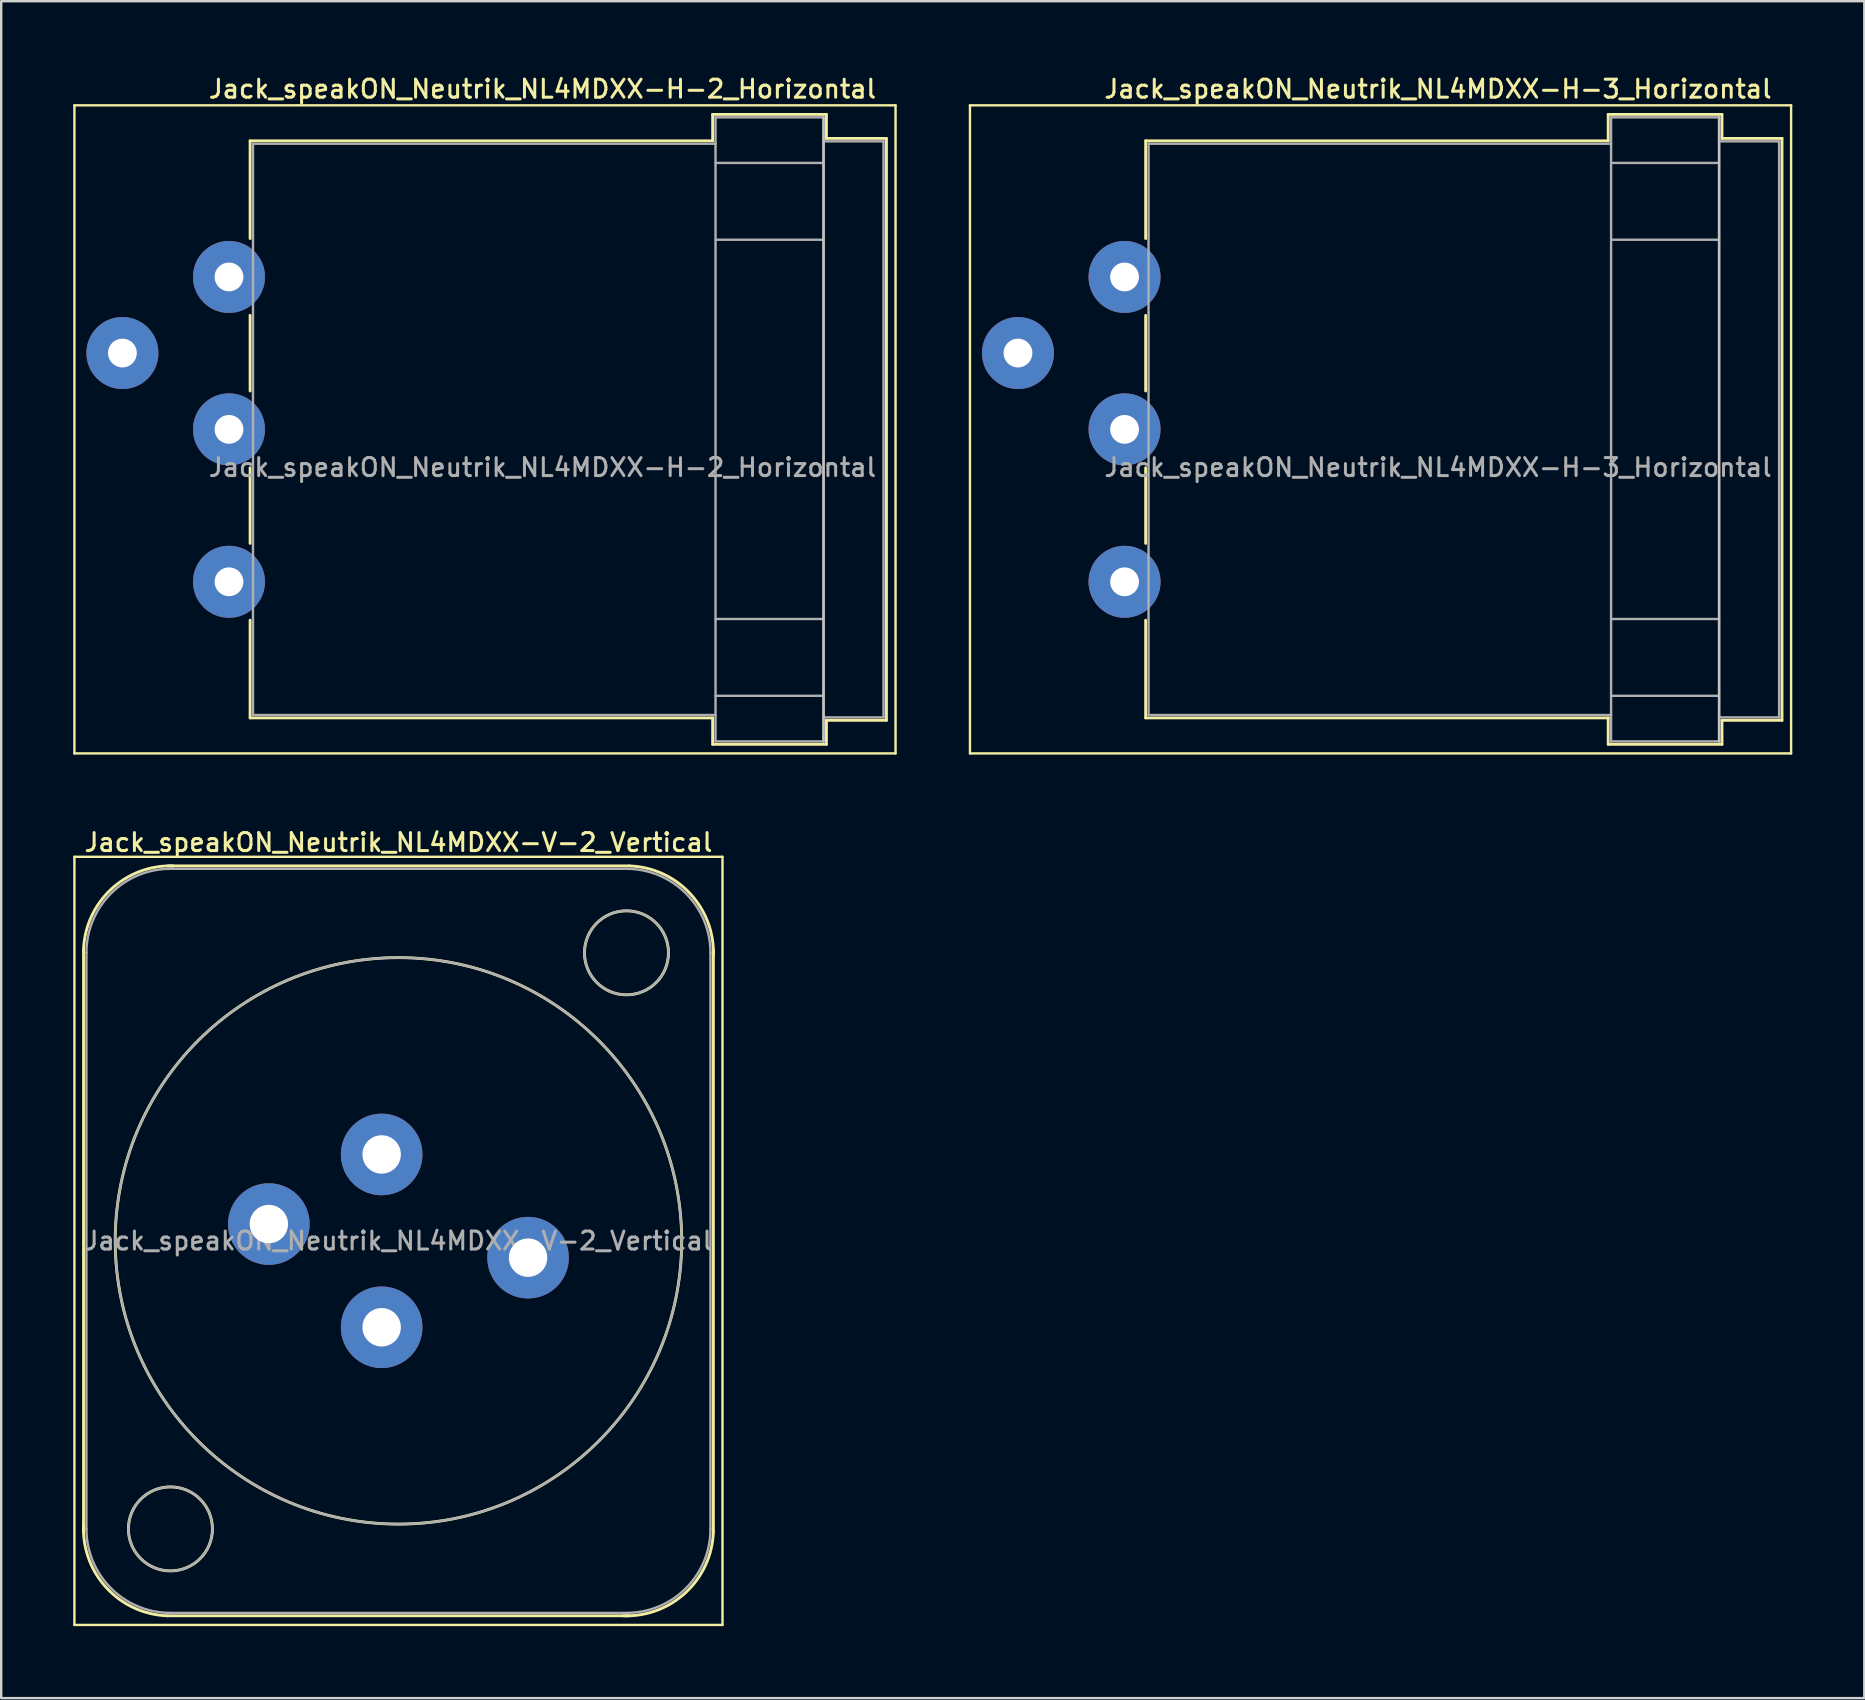
<source format=kicad_pcb>
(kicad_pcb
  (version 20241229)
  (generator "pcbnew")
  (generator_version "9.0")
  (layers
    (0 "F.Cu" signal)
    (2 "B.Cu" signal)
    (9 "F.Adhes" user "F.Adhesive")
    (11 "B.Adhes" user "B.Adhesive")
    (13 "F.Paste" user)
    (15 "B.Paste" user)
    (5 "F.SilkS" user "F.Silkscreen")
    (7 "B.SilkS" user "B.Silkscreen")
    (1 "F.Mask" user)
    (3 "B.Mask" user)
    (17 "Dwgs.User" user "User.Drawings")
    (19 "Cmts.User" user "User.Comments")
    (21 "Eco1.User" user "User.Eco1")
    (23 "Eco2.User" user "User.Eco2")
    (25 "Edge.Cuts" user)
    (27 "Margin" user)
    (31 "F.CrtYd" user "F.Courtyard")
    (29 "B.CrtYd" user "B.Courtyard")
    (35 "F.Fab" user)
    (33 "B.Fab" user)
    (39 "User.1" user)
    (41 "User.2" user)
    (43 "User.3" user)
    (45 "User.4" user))
  (footprint "Jack_speakON_Neutrik_NL4MDXX-H-2_Horizontal"
    (layer "F.Cu")
    (at 2.05 11.658)
    (property "Reference" "Jack_speakON_Neutrik_NL4MDXX-H-2_Horizontal" (at 17.5 -11 0) (layer "F.SilkS") (effects (font (size 0.75 0.75) (thickness 0.125))))
    (attr through_hole)
    (fp_line (start -2 16.68) (end -2 -10.32) (stroke (width 0.1) (type solid)) (layer "F.SilkS"))
    (fp_line (start -2 16.68) (end 32.21 16.68) (stroke (width 0.1) (type solid)) (layer "F.SilkS"))
    (fp_line (start 5.32 -8.84) (end 24.59 -8.84) (stroke (width 0.12) (type solid)) (layer "F.SilkS"))
    (fp_line (start 5.32 -4.77) (end 5.32 -8.84) (stroke (width 0.12) (type solid)) (layer "F.SilkS"))
    (fp_line (start 5.32 1.58) (end 5.32 -1.57) (stroke (width 0.12) (type solid)) (layer "F.SilkS"))
    (fp_line (start 5.32 7.93) (end 5.32 4.78) (stroke (width 0.12) (type solid)) (layer "F.SilkS"))
    (fp_line (start 5.32 15.2) (end 5.32 11.13) (stroke (width 0.12) (type solid)) (layer "F.SilkS"))
    (fp_line (start 5.32 15.2) (end 24.59 15.2) (stroke (width 0.12) (type solid)) (layer "F.SilkS"))
    (fp_line (start 24.59 -9.94) (end 24.59 -8.84) (stroke (width 0.12) (type solid)) (layer "F.SilkS"))
    (fp_line (start 24.59 -9.94) (end 29.33 -9.94) (stroke (width 0.12) (type solid)) (layer "F.SilkS"))
    (fp_line (start 24.59 16.3) (end 24.59 15.2) (stroke (width 0.12) (type solid)) (layer "F.SilkS"))
    (fp_line (start 24.59 16.3) (end 29.33 16.3) (stroke (width 0.12) (type solid)) (layer "F.SilkS"))
    (fp_line (start 29.33 -9.94) (end 29.33 -8.94) (stroke (width 0.12) (type solid)) (layer "F.SilkS"))
    (fp_line (start 29.33 16.3) (end 29.33 15.3) (stroke (width 0.12) (type solid)) (layer "F.SilkS"))
    (fp_line (start 31.83 -8.94) (end 29.33 -8.94) (stroke (width 0.12) (type solid)) (layer "F.SilkS"))
    (fp_line (start 31.83 15.3) (end 29.33 15.3) (stroke (width 0.12) (type solid)) (layer "F.SilkS"))
    (fp_line (start 31.83 15.3) (end 31.83 -8.94) (stroke (width 0.12) (type solid)) (layer "F.SilkS"))
    (fp_line (start 32.21 -10.32) (end -2 -10.32) (stroke (width 0.1) (type solid)) (layer "F.SilkS"))
    (fp_line (start 32.21 -10.32) (end 32.21 16.68) (stroke (width 0.1) (type solid)) (layer "F.SilkS"))
    (fp_line (start 29.21 16.18) (end 29.21 -9.82) (stroke (width 0.1) (type solid)) (layer "Dwgs.User"))
    (fp_line (start 5.44 -8.72) (end 24.71 -8.72) (stroke (width 0.1) (type solid)) (layer "F.Fab"))
    (fp_line (start 5.44 15.08) (end 5.44 -8.72) (stroke (width 0.1) (type solid)) (layer "F.Fab"))
    (fp_line (start 5.44 15.08) (end 24.71 15.08) (stroke (width 0.1) (type solid)) (layer "F.Fab"))
    (fp_line (start 24.71 -9.82) (end 29.21 -9.82) (stroke (width 0.1) (type solid)) (layer "F.Fab"))
    (fp_line (start 24.71 -7.92) (end 29.21 -7.92) (stroke (width 0.1) (type solid)) (layer "F.Fab"))
    (fp_line (start 24.71 -4.72) (end 29.21 -4.72) (stroke (width 0.1) (type solid)) (layer "F.Fab"))
    (fp_line (start 24.71 11.08) (end 29.21 11.08) (stroke (width 0.1) (type solid)) (layer "F.Fab"))
    (fp_line (start 24.71 14.28) (end 29.21 14.28) (stroke (width 0.1) (type solid)) (layer "F.Fab"))
    (fp_line (start 24.71 16.18) (end 24.71 -9.82) (stroke (width 0.1) (type solid)) (layer "F.Fab"))
    (fp_line (start 24.71 16.18) (end 29.21 16.18) (stroke (width 0.1) (type solid)) (layer "F.Fab"))
    (fp_line (start 29.21 16.18) (end 29.21 -9.82) (stroke (width 0.1) (type solid)) (layer "F.Fab"))
    (fp_line (start 31.71 -8.82) (end 29.21 -8.82) (stroke (width 0.1) (type solid)) (layer "F.Fab"))
    (fp_line (start 31.71 15.18) (end 29.21 15.18) (stroke (width 0.1) (type solid)) (layer "F.Fab"))
    (fp_line (start 31.71 15.18) (end 31.71 -8.82) (stroke (width 0.1) (type solid)) (layer "F.Fab"))
    (fp_text user "${REFERENCE}" (at 17.5 4.765 0) (layer "F.Fab") (effects (font (size 0.75 0.75) (thickness 0.125))))
    (pad "1+" thru_hole circle (at 0 0) (size 3 3) (drill 1.2) (layers "*.Cu" "*.Mask"))
    (pad "1-" thru_hole circle (at 4.44 9.53) (size 3 3) (drill 1.2) (layers "*.Cu" "*.Mask"))
    (pad "2+" thru_hole circle (at 4.44 3.18) (size 3 3) (drill 1.2) (layers "*.Cu" "*.Mask"))
    (pad "2-" thru_hole circle (at 4.44 -3.17) (size 3 3) (drill 1.2) (layers "*.Cu" "*.Mask")))
  (footprint "Jack_speakON_Neutrik_NL4MDXX-V-2_Vertical"
    (layer "F.Cu")
    (at 12.85 45.046)
    (property "Reference" "Jack_speakON_Neutrik_NL4MDXX-V-2_Vertical" (at 0.7 -13 0) (layer "F.SilkS") (effects (font (size 0.75 0.75) (thickness 0.125))))
    (attr through_hole)
    (fp_line (start -12.8 -12.4) (end 14.2 -12.4) (stroke (width 0.1) (type solid)) (layer "F.SilkS"))
    (fp_line (start -12.8 19.6) (end -12.8 -12.4) (stroke (width 0.1) (type solid)) (layer "F.SilkS"))
    (fp_line (start -12.8 19.6) (end 14.2 19.6) (stroke (width 0.1) (type solid)) (layer "F.SilkS"))
    (fp_line (start -12.42 15.72) (end -12.42 -8.52) (stroke (width 0.12) (type solid)) (layer "F.SilkS"))
    (fp_line (start -8.92 -12.02) (end 10.32 -12.02) (stroke (width 0.12) (type solid)) (layer "F.SilkS"))
    (fp_line (start -8.92 19.22) (end 10.32 19.22) (stroke (width 0.12) (type solid)) (layer "F.SilkS"))
    (fp_line (start 13.82 15.72) (end 13.82 -8.52) (stroke (width 0.12) (type solid)) (layer "F.SilkS"))
    (fp_line (start 14.2 19.6) (end 14.2 -12.4) (stroke (width 0.1) (type solid)) (layer "F.SilkS"))
    (fp_arc (start -12.42 -8.52) (mid -11.274874 -11.044579) (end -8.68 -12.02) (stroke (width 0.12) (type solid)) (layer "F.SilkS"))
    (fp_arc (start -8.92 19.22) (mid -11.444579 18.074874) (end -12.42 15.48) (stroke (width 0.12) (type solid)) (layer "F.SilkS"))
    (fp_arc (start 10.32 -12.02) (mid 12.844579 -10.874874) (end 13.82 -8.28) (stroke (width 0.12) (type solid)) (layer "F.SilkS"))
    (fp_arc (start 13.82 15.72) (mid 12.674874 18.244579) (end 10.08 19.22) (stroke (width 0.12) (type solid)) (layer "F.SilkS"))
    (fp_circle (center -8.8 15.6) (end -7.05 15.6) (stroke (width 0.12) (type solid)) (fill no) (layer "F.SilkS"))
    (fp_circle (center 0.7 3.6) (end 12.5 3.6) (stroke (width 0.12) (type solid)) (fill no) (layer "F.SilkS"))
    (fp_circle (center 10.2 -8.4) (end 11.95 -8.4) (stroke (width 0.12) (type solid)) (fill no) (layer "F.SilkS"))
    (fp_line (start -12.3 15.6) (end -12.3 -8.4) (stroke (width 0.1) (type solid)) (layer "F.Fab"))
    (fp_line (start -8.8 -11.9) (end 10.2 -11.9) (stroke (width 0.1) (type solid)) (layer "F.Fab"))
    (fp_line (start -8.8 19.1) (end 10.2 19.1) (stroke (width 0.1) (type solid)) (layer "F.Fab"))
    (fp_line (start 13.7 15.6) (end 13.7 -8.4) (stroke (width 0.1) (type solid)) (layer "F.Fab"))
    (fp_arc (start -12.3 -8.4) (mid -11.274874 -10.874874) (end -8.8 -11.9) (stroke (width 0.1) (type solid)) (layer "F.Fab"))
    (fp_arc (start -8.8 19.1) (mid -11.274874 18.074874) (end -12.3 15.6) (stroke (width 0.1) (type solid)) (layer "F.Fab"))
    (fp_arc (start 10.2 -11.9) (mid 12.674874 -10.874874) (end 13.7 -8.4) (stroke (width 0.1) (type solid)) (layer "F.Fab"))
    (fp_arc (start 13.7 15.6) (mid 12.674874 18.074874) (end 10.2 19.1) (stroke (width 0.1) (type solid)) (layer "F.Fab"))
    (fp_circle (center -8.8 15.6) (end -10.55 15.6) (stroke (width 0.1) (type solid)) (fill no) (layer "F.Fab"))
    (fp_circle (center 0.7 3.6) (end 12.5 3.6) (stroke (width 0.1) (type solid)) (fill no) (layer "F.Fab"))
    (fp_circle (center 10.2 -8.4) (end 11.95 -8.4) (stroke (width 0.1) (type solid)) (fill no) (layer "F.Fab"))
    (fp_text user "${REFERENCE}" (at 0.7 3.6 0) (layer "F.Fab") (effects (font (size 0.75 0.75) (thickness 0.125))))
    (pad "1+" thru_hole circle (at 0 0) (size 3.4 3.4) (drill 1.6) (layers "*.Cu" "*.Mask"))
    (pad "1-" thru_hole circle (at -4.7 2.9) (size 3.4 3.4) (drill 1.6) (layers "*.Cu" "*.Mask"))
    (pad "2+" thru_hole circle (at 0 7.2) (size 3.4 3.4) (drill 1.6) (layers "*.Cu" "*.Mask"))
    (pad "2-" thru_hole circle (at 6.1 4.3) (size 3.4 3.4) (drill 1.6) (layers "*.Cu" "*.Mask")))
  (footprint "Jack_speakON_Neutrik_NL4MDXX-H-3_Horizontal"
    (layer "F.Cu")
    (at 39.36 11.658)
    (property "Reference" "Jack_speakON_Neutrik_NL4MDXX-H-3_Horizontal" (at 17.5 -11 0) (layer "F.SilkS") (effects (font (size 0.75 0.75) (thickness 0.125))))
    (attr through_hole)
    (fp_line (start -2 16.68) (end -2 -10.32) (stroke (width 0.1) (type solid)) (layer "F.SilkS"))
    (fp_line (start -2 16.68) (end 32.21 16.68) (stroke (width 0.1) (type solid)) (layer "F.SilkS"))
    (fp_line (start 5.32 -8.84) (end 24.59 -8.84) (stroke (width 0.12) (type solid)) (layer "F.SilkS"))
    (fp_line (start 5.32 -4.77) (end 5.32 -8.84) (stroke (width 0.12) (type solid)) (layer "F.SilkS"))
    (fp_line (start 5.32 1.58) (end 5.32 -1.57) (stroke (width 0.12) (type solid)) (layer "F.SilkS"))
    (fp_line (start 5.32 7.93) (end 5.32 4.78) (stroke (width 0.12) (type solid)) (layer "F.SilkS"))
    (fp_line (start 5.32 15.2) (end 5.32 11.13) (stroke (width 0.12) (type solid)) (layer "F.SilkS"))
    (fp_line (start 5.32 15.2) (end 24.6 15.2) (stroke (width 0.12) (type solid)) (layer "F.SilkS"))
    (fp_line (start 24.59 -9.94) (end 24.59 -8.84) (stroke (width 0.12) (type solid)) (layer "F.SilkS"))
    (fp_line (start 24.59 -9.94) (end 29.33 -9.94) (stroke (width 0.12) (type solid)) (layer "F.SilkS"))
    (fp_line (start 24.59 16.3) (end 24.59 15.2) (stroke (width 0.12) (type solid)) (layer "F.SilkS"))
    (fp_line (start 24.59 16.3) (end 29.33 16.3) (stroke (width 0.12) (type solid)) (layer "F.SilkS"))
    (fp_line (start 29.33 -9.94) (end 29.33 -8.94) (stroke (width 0.12) (type solid)) (layer "F.SilkS"))
    (fp_line (start 29.33 16.3) (end 29.33 15.3) (stroke (width 0.12) (type solid)) (layer "F.SilkS"))
    (fp_line (start 31.83 -8.94) (end 29.33 -8.94) (stroke (width 0.12) (type solid)) (layer "F.SilkS"))
    (fp_line (start 31.83 15.3) (end 29.33 15.3) (stroke (width 0.12) (type solid)) (layer "F.SilkS"))
    (fp_line (start 31.83 15.3) (end 31.83 -8.94) (stroke (width 0.12) (type solid)) (layer "F.SilkS"))
    (fp_line (start 32.21 -10.32) (end -2 -10.32) (stroke (width 0.1) (type solid)) (layer "F.SilkS"))
    (fp_line (start 32.21 -10.32) (end 32.21 16.68) (stroke (width 0.1) (type solid)) (layer "F.SilkS"))
    (fp_line (start 29.21 16.18) (end 29.21 -9.82) (stroke (width 0.1) (type solid)) (layer "Dwgs.User"))
    (fp_line (start 5.44 -8.72) (end 24.71 -8.72) (stroke (width 0.1) (type solid)) (layer "F.Fab"))
    (fp_line (start 5.44 15.08) (end 5.44 -8.72) (stroke (width 0.1) (type solid)) (layer "F.Fab"))
    (fp_line (start 5.44 15.08) (end 24.71 15.08) (stroke (width 0.1) (type solid)) (layer "F.Fab"))
    (fp_line (start 24.71 -9.82) (end 29.21 -9.82) (stroke (width 0.1) (type solid)) (layer "F.Fab"))
    (fp_line (start 24.71 -7.92) (end 29.21 -7.92) (stroke (width 0.1) (type solid)) (layer "F.Fab"))
    (fp_line (start 24.71 -4.72) (end 29.21 -4.72) (stroke (width 0.1) (type solid)) (layer "F.Fab"))
    (fp_line (start 24.71 11.08) (end 29.21 11.08) (stroke (width 0.1) (type solid)) (layer "F.Fab"))
    (fp_line (start 24.71 14.28) (end 29.21 14.28) (stroke (width 0.1) (type solid)) (layer "F.Fab"))
    (fp_line (start 24.71 16.18) (end 24.71 -9.82) (stroke (width 0.1) (type solid)) (layer "F.Fab"))
    (fp_line (start 24.71 16.18) (end 29.21 16.18) (stroke (width 0.1) (type solid)) (layer "F.Fab"))
    (fp_line (start 29.21 16.18) (end 29.21 -9.82) (stroke (width 0.1) (type solid)) (layer "F.Fab"))
    (fp_line (start 31.71 -8.82) (end 29.21 -8.82) (stroke (width 0.1) (type solid)) (layer "F.Fab"))
    (fp_line (start 31.71 15.18) (end 29.21 15.18) (stroke (width 0.1) (type solid)) (layer "F.Fab"))
    (fp_line (start 31.71 15.18) (end 31.71 -8.82) (stroke (width 0.1) (type solid)) (layer "F.Fab"))
    (fp_text user "${REFERENCE}" (at 17.5 4.765 0) (layer "F.Fab") (effects (font (size 0.75 0.75) (thickness 0.125))))
    (pad "1+" thru_hole circle (at 0 0) (size 3 3) (drill 1.2) (layers "*.Cu" "*.Mask"))
    (pad "1-" thru_hole circle (at 4.44 9.53) (size 3 3) (drill 1.2) (layers "*.Cu" "*.Mask"))
    (pad "2+" thru_hole circle (at 4.44 3.18) (size 3 3) (drill 1.2) (layers "*.Cu" "*.Mask"))
    (pad "2-" thru_hole circle (at 4.44 -3.17) (size 3 3) (drill 1.2) (layers "*.Cu" "*.Mask")))
  (gr_rect
    (start -3 -3)
    (end 74.62 67.696)
    (stroke (width 0.1) (type default))
    (fill no)
    (layer "Edge.Cuts")))
</source>
